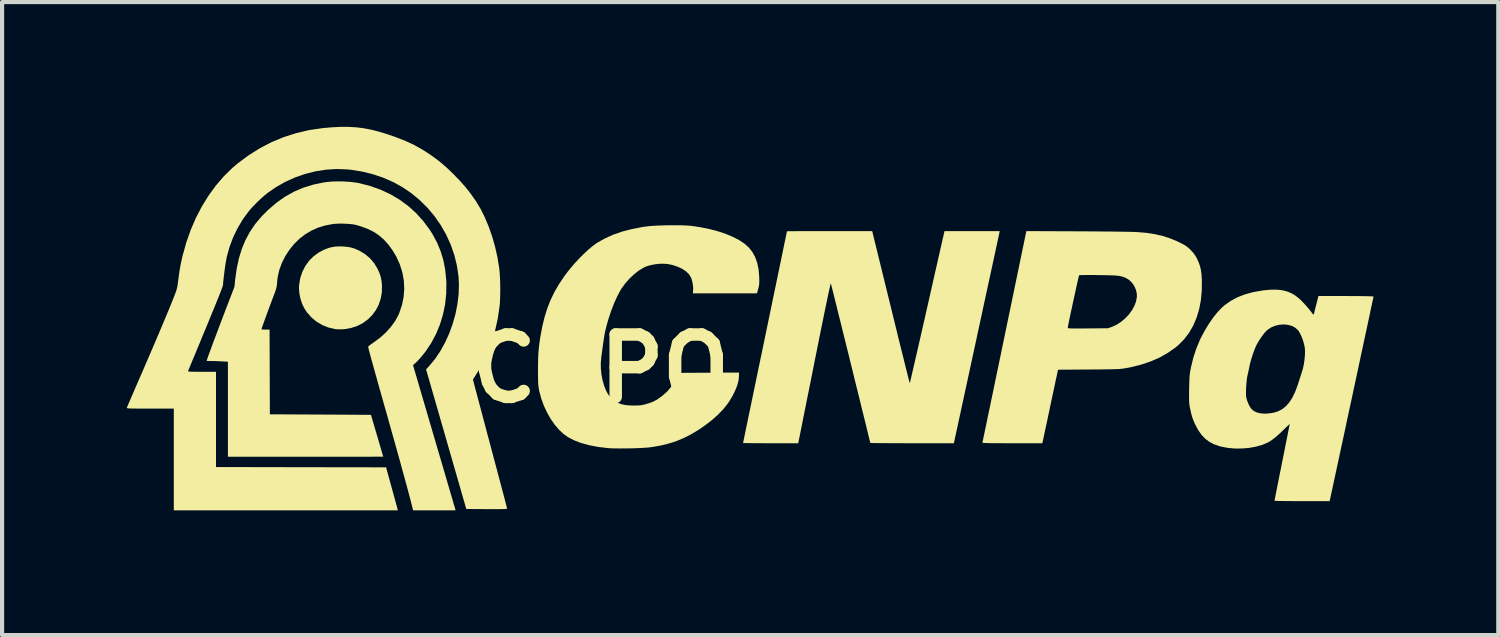
<source format=kicad_pcb>
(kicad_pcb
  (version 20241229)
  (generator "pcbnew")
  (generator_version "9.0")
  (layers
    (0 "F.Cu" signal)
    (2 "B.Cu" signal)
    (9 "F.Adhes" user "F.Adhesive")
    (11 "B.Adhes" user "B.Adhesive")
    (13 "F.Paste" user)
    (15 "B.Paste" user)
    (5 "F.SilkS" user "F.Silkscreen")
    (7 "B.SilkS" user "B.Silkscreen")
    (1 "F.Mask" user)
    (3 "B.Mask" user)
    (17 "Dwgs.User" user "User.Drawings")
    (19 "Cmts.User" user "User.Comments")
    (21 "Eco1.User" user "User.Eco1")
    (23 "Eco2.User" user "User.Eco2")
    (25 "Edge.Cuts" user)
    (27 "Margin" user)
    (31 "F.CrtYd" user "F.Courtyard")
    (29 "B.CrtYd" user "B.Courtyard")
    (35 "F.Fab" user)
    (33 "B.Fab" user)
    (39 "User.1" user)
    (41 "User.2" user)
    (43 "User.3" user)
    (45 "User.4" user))
  (footprint "CNPQ"
    (layer "F.Cu")
    (at 14.987 4.615)
    (property "Reference" "CNPQ" (at -3.589 1.2 0) (layer "F.SilkS") (effects (font (size 1.5 1.5) (thickness 0.3))))
    (attr board_only exclude_from_pos_files exclude_from_bom)
    (fp_poly (pts (xy -9.805 -1.739) (xy -9.696 -1.731) (xy -9.603 -1.715) (xy -9.518 -1.69) (xy -9.429 -1.653) (xy -9.401 -1.64) (xy -9.264 -1.558) (xy -9.143 -1.457) (xy -9.041 -1.337) (xy -8.958 -1.201) (xy -8.954 -1.192) (xy -8.909 -1.091) (xy -8.879 -0.996) (xy -8.861 -0.896) (xy -8.852 -0.804) (xy -8.855 -0.642) (xy -8.881 -0.488) (xy -8.929 -0.344) (xy -8.997 -0.211) (xy -9.085 -0.091) (xy -9.19 0.014) (xy -9.31 0.102) (xy -9.445 0.172) (xy -9.593 0.221) (xy -9.751 0.249) (xy -9.794 0.252) (xy -9.858 0.254) (xy -9.923 0.252) (xy -9.978 0.248) (xy -9.986 0.246) (xy -10.144 0.209) (xy -10.292 0.149) (xy -10.429 0.067) (xy -10.551 -0.035) (xy -10.656 -0.155) (xy -10.725 -0.26) (xy -10.775 -0.367) (xy -10.814 -0.489) (xy -10.839 -0.615) (xy -10.848 -0.739) (xy -10.845 -0.813) (xy -10.817 -0.978) (xy -10.766 -1.131) (xy -10.694 -1.272) (xy -10.602 -1.398) (xy -10.491 -1.508) (xy -10.363 -1.6) (xy -10.218 -1.673) (xy -10.214 -1.674) (xy -10.1 -1.713) (xy -9.987 -1.735) (xy -9.864 -1.741)) (stroke (width 0) (type solid)) (fill yes) (layer "F.SilkS"))
    (fp_poly (pts (xy 7.846 -2.103) (xy 8.028 -2.103) (xy 8.206 -2.101) (xy 8.379 -2.1) (xy 8.545 -2.098) (xy 8.701 -2.097) (xy 8.845 -2.095) (xy 8.975 -2.093) (xy 9.087 -2.091) (xy 9.181 -2.089) (xy 9.252 -2.087) (xy 9.297 -2.085) (xy 9.517 -2.067) (xy 9.718 -2.037) (xy 9.904 -1.996) (xy 10.08 -1.94) (xy 10.251 -1.871) (xy 10.319 -1.838) (xy 10.392 -1.802) (xy 10.447 -1.771) (xy 10.491 -1.743) (xy 10.53 -1.713) (xy 10.57 -1.676) (xy 10.593 -1.653) (xy 10.652 -1.59) (xy 10.696 -1.532) (xy 10.734 -1.468) (xy 10.746 -1.444) (xy 10.786 -1.355) (xy 10.816 -1.27) (xy 10.838 -1.181) (xy 10.852 -1.083) (xy 10.86 -0.968) (xy 10.862 -0.922) (xy 10.86 -0.677) (xy 10.838 -0.444) (xy 10.796 -0.226) (xy 10.734 -0.022) (xy 10.653 0.167) (xy 10.552 0.34) (xy 10.433 0.496) (xy 10.296 0.634) (xy 10.224 0.694) (xy 10.041 0.822) (xy 9.844 0.932) (xy 9.631 1.026) (xy 9.401 1.103) (xy 9.152 1.165) (xy 9.037 1.187) (xy 9.002 1.193) (xy 8.968 1.198) (xy 8.932 1.202) (xy 8.892 1.206) (xy 8.846 1.209) (xy 8.791 1.211) (xy 8.724 1.213) (xy 8.643 1.215) (xy 8.547 1.216) (xy 8.431 1.218) (xy 8.294 1.219) (xy 8.142 1.22) (xy 7.404 1.225) (xy 7.397 1.253) (xy 7.393 1.271) (xy 7.385 1.311) (xy 7.372 1.373) (xy 7.354 1.453) (xy 7.334 1.551) (xy 7.31 1.662) (xy 7.284 1.786) (xy 7.255 1.919) (xy 7.225 2.061) (xy 7.215 2.108) (xy 7.185 2.251) (xy 7.156 2.388) (xy 7.129 2.515) (xy 7.104 2.631) (xy 7.082 2.733) (xy 7.064 2.819) (xy 7.05 2.887) (xy 7.039 2.935) (xy 7.034 2.961) (xy 7.033 2.964) (xy 7.026 2.993) (xy 6.303 2.993) (xy 6.142 2.993) (xy 6.005 2.992) (xy 5.891 2.992) (xy 5.798 2.991) (xy 5.724 2.989) (xy 5.668 2.988) (xy 5.627 2.986) (xy 5.601 2.983) (xy 5.588 2.98) (xy 5.585 2.977) (xy 5.588 2.962) (xy 5.597 2.924) (xy 5.61 2.862) (xy 5.627 2.779) (xy 5.649 2.675) (xy 5.675 2.552) (xy 5.704 2.41) (xy 5.737 2.252) (xy 5.774 2.078) (xy 5.813 1.889) (xy 5.855 1.687) (xy 5.899 1.473) (xy 5.946 1.249) (xy 5.995 1.014) (xy 6.045 0.771) (xy 6.097 0.521) (xy 6.117 0.426) (xy 6.161 0.213) (xy 7.638 0.213) (xy 7.639 0.219) (xy 7.645 0.224) (xy 7.657 0.227) (xy 7.678 0.23) (xy 7.711 0.232) (xy 7.758 0.233) (xy 7.821 0.234) (xy 7.903 0.233) (xy 8.006 0.233) (xy 8.123 0.232) (xy 8.608 0.228) (xy 8.704 0.193) (xy 8.816 0.141) (xy 8.922 0.072) (xy 9.02 -0.011) (xy 9.108 -0.104) (xy 9.182 -0.206) (xy 9.24 -0.311) (xy 9.28 -0.418) (xy 9.299 -0.523) (xy 9.299 -0.596) (xy 9.279 -0.692) (xy 9.239 -0.784) (xy 9.183 -0.866) (xy 9.114 -0.933) (xy 9.057 -0.969) (xy 9.019 -0.988) (xy 8.983 -1.003) (xy 8.946 -1.015) (xy 8.906 -1.025) (xy 8.858 -1.033) (xy 8.8 -1.039) (xy 8.729 -1.043) (xy 8.642 -1.046) (xy 8.536 -1.048) (xy 8.407 -1.05) (xy 8.382 -1.05) (xy 8.275 -1.052) (xy 8.176 -1.052) (xy 8.088 -1.052) (xy 8.015 -1.051) (xy 7.959 -1.05) (xy 7.923 -1.048) (xy 7.911 -1.046) (xy 7.907 -1.031) (xy 7.897 -0.994) (xy 7.884 -0.938) (xy 7.867 -0.865) (xy 7.848 -0.779) (xy 7.827 -0.683) (xy 7.804 -0.578) (xy 7.78 -0.47) (xy 7.756 -0.36) (xy 7.733 -0.251) (xy 7.71 -0.147) (xy 7.69 -0.051) (xy 7.672 0.035) (xy 7.657 0.108) (xy 7.646 0.164) (xy 7.64 0.2) (xy 7.638 0.213) (xy 6.161 0.213) (xy 6.642 -2.108)) (stroke (width 0) (type solid)) (fill yes) (layer "F.SilkS"))
    (fp_poly (pts (xy 3.384 -0.28) (xy 3.436 -0.067) (xy 3.487 0.139) (xy 3.535 0.336) (xy 3.581 0.524) (xy 3.625 0.7) (xy 3.666 0.864) (xy 3.703 1.013) (xy 3.736 1.147) (xy 3.766 1.265) (xy 3.79 1.364) (xy 3.811 1.443) (xy 3.825 1.501) (xy 3.835 1.537) (xy 3.839 1.548) (xy 3.842 1.536) (xy 3.851 1.5) (xy 3.865 1.441) (xy 3.884 1.361) (xy 3.907 1.261) (xy 3.934 1.144) (xy 3.965 1.01) (xy 3.999 0.861) (xy 4.037 0.698) (xy 4.077 0.523) (xy 4.119 0.337) (xy 4.164 0.142) (xy 4.21 -0.061) (xy 4.233 -0.166) (xy 4.281 -0.375) (xy 4.327 -0.578) (xy 4.371 -0.774) (xy 4.413 -0.961) (xy 4.453 -1.138) (xy 4.491 -1.303) (xy 4.525 -1.454) (xy 4.556 -1.59) (xy 4.583 -1.709) (xy 4.606 -1.81) (xy 4.624 -1.891) (xy 4.638 -1.95) (xy 4.646 -1.986) (xy 4.648 -1.994) (xy 4.674 -2.108) (xy 5.338 -2.108) (xy 6.002 -2.108) (xy 5.996 -2.079) (xy 5.993 -2.063) (xy 5.984 -2.024) (xy 5.971 -1.961) (xy 5.952 -1.877) (xy 5.93 -1.772) (xy 5.903 -1.647) (xy 5.872 -1.505) (xy 5.838 -1.346) (xy 5.8 -1.171) (xy 5.759 -0.982) (xy 5.715 -0.78) (xy 5.669 -0.566) (xy 5.62 -0.341) (xy 5.57 -0.106) (xy 5.517 0.136) (xy 5.463 0.386) (xy 5.445 0.472) (xy 4.899 2.993) (xy 3.894 2.993) (xy 3.735 2.993) (xy 3.583 2.992) (xy 3.442 2.992) (xy 3.312 2.991) (xy 3.195 2.991) (xy 3.095 2.99) (xy 3.012 2.989) (xy 2.949 2.988) (xy 2.907 2.986) (xy 2.889 2.985) (xy 2.889 2.985) (xy 2.886 2.971) (xy 2.877 2.934) (xy 2.862 2.874) (xy 2.843 2.795) (xy 2.819 2.697) (xy 2.791 2.582) (xy 2.759 2.451) (xy 2.724 2.308) (xy 2.685 2.153) (xy 2.645 1.987) (xy 2.602 1.813) (xy 2.557 1.633) (xy 2.511 1.447) (xy 2.465 1.258) (xy 2.418 1.067) (xy 2.371 0.876) (xy 2.324 0.687) (xy 2.278 0.502) (xy 2.233 0.321) (xy 2.19 0.147) (xy 2.149 -0.018) (xy 2.11 -0.174) (xy 2.075 -0.317) (xy 2.042 -0.448) (xy 2.014 -0.563) (xy 1.989 -0.661) (xy 1.969 -0.74) (xy 1.954 -0.8) (xy 1.945 -0.837) (xy 1.941 -0.851) (xy 1.937 -0.842) (xy 1.928 -0.808) (xy 1.914 -0.749) (xy 1.896 -0.666) (xy 1.872 -0.557) (xy 1.845 -0.425) (xy 1.812 -0.269) (xy 1.775 -0.089) (xy 1.734 0.114) (xy 1.688 0.339) (xy 1.638 0.588) (xy 1.584 0.859) (xy 1.556 0.996) (xy 1.513 1.214) (xy 1.471 1.425) (xy 1.43 1.629) (xy 1.391 1.823) (xy 1.354 2.007) (xy 1.32 2.178) (xy 1.288 2.335) (xy 1.26 2.478) (xy 1.235 2.604) (xy 1.213 2.711) (xy 1.196 2.799) (xy 1.182 2.866) (xy 1.173 2.91) (xy 1.169 2.931) (xy 1.169 2.931) (xy 1.156 2.993) (xy 0.493 2.993) (xy 0.365 2.993) (xy 0.244 2.992) (xy 0.135 2.992) (xy 0.038 2.991) (xy -0.043 2.99) (xy -0.106 2.989) (xy -0.148 2.988) (xy -0.168 2.987) (xy -0.169 2.986) (xy -0.167 2.973) (xy -0.159 2.936) (xy -0.147 2.875) (xy -0.13 2.793) (xy -0.109 2.691) (xy -0.084 2.57) (xy -0.055 2.431) (xy -0.023 2.276) (xy 0.013 2.105) (xy 0.051 1.921) (xy 0.092 1.724) (xy 0.135 1.516) (xy 0.18 1.298) (xy 0.227 1.072) (xy 0.276 0.838) (xy 0.294 0.751) (xy 0.36 0.433) (xy 0.421 0.139) (xy 0.477 -0.131) (xy 0.528 -0.379) (xy 0.575 -0.605) (xy 0.618 -0.81) (xy 0.656 -0.996) (xy 0.691 -1.164) (xy 0.722 -1.313) (xy 0.75 -1.446) (xy 0.774 -1.563) (xy 0.795 -1.666) (xy 0.814 -1.755) (xy 0.829 -1.831) (xy 0.843 -1.895) (xy 0.854 -1.948) (xy 0.863 -1.992) (xy 0.87 -2.027) (xy 0.875 -2.053) (xy 0.879 -2.073) (xy 0.882 -2.087) (xy 0.884 -2.096) (xy 0.885 -2.101) (xy 0.885 -2.103) (xy 0.885 -2.103) (xy 0.898 -2.104) (xy 0.934 -2.105) (xy 0.993 -2.105) (xy 1.072 -2.106) (xy 1.169 -2.107) (xy 1.283 -2.107) (xy 1.41 -2.107) (xy 1.55 -2.108) (xy 1.7 -2.108) (xy 1.859 -2.108) (xy 1.91 -2.108) (xy 2.935 -2.108)) (stroke (width 0) (type solid)) (fill yes) (layer "F.SilkS"))
    (fp_poly (pts (xy -1.676 -2.248) (xy -1.563 -2.244) (xy -1.466 -2.238) (xy -1.405 -2.233) (xy -1.183 -2.199) (xy -0.97 -2.155) (xy -0.769 -2.102) (xy -0.582 -2.039) (xy -0.414 -1.969) (xy -0.265 -1.892) (xy -0.139 -1.809) (xy -0.139 -1.809) (xy -0.033 -1.715) (xy 0.053 -1.607) (xy 0.121 -1.484) (xy 0.171 -1.344) (xy 0.203 -1.187) (xy 0.218 -1.018) (xy 0.22 -0.941) (xy 0.221 -0.883) (xy 0.218 -0.837) (xy 0.213 -0.796) (xy 0.203 -0.753) (xy 0.195 -0.722) (xy 0.165 -0.612) (xy -0.606 -0.612) (xy -1.378 -0.612) (xy -1.371 -0.674) (xy -1.369 -0.737) (xy -1.376 -0.814) (xy -1.39 -0.893) (xy -1.41 -0.962) (xy -1.419 -0.988) (xy -1.468 -1.068) (xy -1.54 -1.139) (xy -1.633 -1.201) (xy -1.744 -1.253) (xy -1.872 -1.294) (xy -1.972 -1.315) (xy -2.073 -1.324) (xy -2.186 -1.322) (xy -2.302 -1.308) (xy -2.413 -1.285) (xy -2.512 -1.253) (xy -2.56 -1.23) (xy -2.677 -1.159) (xy -2.794 -1.067) (xy -2.906 -0.96) (xy -3.008 -0.844) (xy -3.095 -0.724) (xy -3.115 -0.691) (xy -3.195 -0.541) (xy -3.272 -0.37) (xy -3.344 -0.184) (xy -3.409 0.015) (xy -3.455 0.176) (xy -3.47 0.237) (xy -3.483 0.292) (xy -3.494 0.343) (xy -3.504 0.397) (xy -3.514 0.458) (xy -3.525 0.533) (xy -3.538 0.625) (xy -3.546 0.683) (xy -3.556 0.755) (xy -3.565 0.827) (xy -3.574 0.889) (xy -3.579 0.926) (xy -3.591 1.061) (xy -3.589 1.2) (xy -3.575 1.339) (xy -3.549 1.474) (xy -3.513 1.602) (xy -3.469 1.717) (xy -3.415 1.816) (xy -3.355 1.894) (xy -3.34 1.909) (xy -3.263 1.973) (xy -3.181 2.021) (xy -3.091 2.055) (xy -2.987 2.076) (xy -2.865 2.085) (xy -2.798 2.086) (xy -2.721 2.085) (xy -2.662 2.083) (xy -2.612 2.077) (xy -2.562 2.067) (xy -2.504 2.052) (xy -2.479 2.044) (xy -2.395 2.018) (xy -2.324 1.989) (xy -2.257 1.954) (xy -2.187 1.908) (xy -2.108 1.849) (xy -2.094 1.838) (xy -1.987 1.742) (xy -1.9 1.637) (xy -1.833 1.528) (xy -1.79 1.416) (xy -1.781 1.378) (xy -1.766 1.301) (xy -1.228 1.298) (xy -1.102 1.297) (xy -0.975 1.297) (xy -0.852 1.296) (xy -0.738 1.296) (xy -0.635 1.295) (xy -0.55 1.295) (xy -0.485 1.295) (xy -0.478 1.295) (xy -0.267 1.295) (xy -0.269 1.392) (xy -0.28 1.487) (xy -0.308 1.595) (xy -0.353 1.712) (xy -0.412 1.834) (xy -0.483 1.956) (xy -0.544 2.048) (xy -0.65 2.179) (xy -0.778 2.311) (xy -0.923 2.44) (xy -1.083 2.563) (xy -1.252 2.678) (xy -1.427 2.782) (xy -1.603 2.871) (xy -1.777 2.943) (xy -1.841 2.965) (xy -1.992 3.01) (xy -2.148 3.047) (xy -2.317 3.077) (xy -2.407 3.091) (xy -2.471 3.097) (xy -2.556 3.103) (xy -2.657 3.108) (xy -2.77 3.113) (xy -2.888 3.116) (xy -3.008 3.117) (xy -3.124 3.118) (xy -3.231 3.117) (xy -3.325 3.115) (xy -3.4 3.111) (xy -3.416 3.11) (xy -3.657 3.081) (xy -3.876 3.039) (xy -4.073 2.984) (xy -4.247 2.916) (xy -4.376 2.848) (xy -4.489 2.768) (xy -4.598 2.665) (xy -4.702 2.543) (xy -4.798 2.404) (xy -4.885 2.251) (xy -4.96 2.089) (xy -5.022 1.92) (xy -5.069 1.746) (xy -5.075 1.718) (xy -5.083 1.673) (xy -5.089 1.63) (xy -5.094 1.582) (xy -5.097 1.525) (xy -5.099 1.457) (xy -5.1 1.371) (xy -5.101 1.264) (xy -5.101 1.247) (xy -5.1 1.101) (xy -5.098 0.975) (xy -5.093 0.863) (xy -5.086 0.761) (xy -5.076 0.661) (xy -5.063 0.559) (xy -5.046 0.449) (xy -5.042 0.42) (xy -4.995 0.175) (xy -4.94 -0.049) (xy -4.875 -0.258) (xy -4.797 -0.454) (xy -4.705 -0.644) (xy -4.597 -0.83) (xy -4.471 -1.018) (xy -4.407 -1.105) (xy -4.315 -1.221) (xy -4.214 -1.338) (xy -4.107 -1.453) (xy -3.998 -1.562) (xy -3.891 -1.661) (xy -3.789 -1.747) (xy -3.696 -1.815) (xy -3.676 -1.828) (xy -3.492 -1.932) (xy -3.292 -2.022) (xy -3.073 -2.098) (xy -2.836 -2.159) (xy -2.577 -2.208) (xy -2.498 -2.219) (xy -2.414 -2.229) (xy -2.311 -2.236) (xy -2.192 -2.242) (xy -2.064 -2.246) (xy -1.932 -2.249) (xy -1.801 -2.249)) (stroke (width 0) (type solid)) (fill yes) (layer "F.SilkS"))
    (fp_poly (pts (xy -9.777 -3.302) (xy -9.63 -3.293) (xy -9.493 -3.277) (xy -9.401 -3.261) (xy -9.135 -3.192) (xy -8.883 -3.103) (xy -8.646 -2.992) (xy -8.425 -2.861) (xy -8.22 -2.71) (xy -8.031 -2.54) (xy -7.859 -2.349) (xy -7.704 -2.14) (xy -7.632 -2.026) (xy -7.524 -1.824) (xy -7.439 -1.616) (xy -7.374 -1.4) (xy -7.331 -1.172) (xy -7.307 -0.929) (xy -7.304 -0.85) (xy -7.308 -0.595) (xy -7.335 -0.344) (xy -7.386 -0.098) (xy -7.459 0.14) (xy -7.554 0.369) (xy -7.669 0.585) (xy -7.804 0.787) (xy -7.915 0.924) (xy -7.959 0.974) (xy -8.003 1.02) (xy -8.04 1.057) (xy -8.059 1.074) (xy -8.106 1.113) (xy -7.614 2.791) (xy -7.554 2.995) (xy -7.496 3.193) (xy -7.44 3.383) (xy -7.387 3.564) (xy -7.337 3.735) (xy -7.291 3.893) (xy -7.248 4.038) (xy -7.21 4.167) (xy -7.177 4.28) (xy -7.149 4.374) (xy -7.128 4.449) (xy -7.112 4.502) (xy -7.103 4.532) (xy -7.101 4.538) (xy -7.082 4.606) (xy -7.593 4.606) (xy -8.104 4.606) (xy -8.119 4.545) (xy -8.142 4.454) (xy -8.171 4.34) (xy -8.207 4.204) (xy -8.249 4.047) (xy -8.297 3.871) (xy -8.35 3.677) (xy -8.408 3.466) (xy -8.471 3.24) (xy -8.538 3) (xy -8.609 2.747) (xy -8.683 2.484) (xy -8.759 2.211) (xy -8.769 2.18) (xy -8.835 1.945) (xy -8.895 1.733) (xy -8.948 1.545) (xy -8.994 1.379) (xy -9.035 1.233) (xy -9.07 1.107) (xy -9.1 0.999) (xy -9.125 0.909) (xy -9.145 0.834) (xy -9.16 0.776) (xy -9.172 0.731) (xy -9.179 0.699) (xy -9.183 0.679) (xy -9.184 0.67) (xy -9.184 0.67) (xy -9.172 0.657) (xy -9.143 0.633) (xy -9.1 0.602) (xy -9.048 0.566) (xy -9.037 0.558) (xy -8.889 0.448) (xy -8.753 0.324) (xy -8.634 0.19) (xy -8.533 0.05) (xy -8.455 -0.094) (xy -8.437 -0.137) (xy -8.371 -0.331) (xy -8.331 -0.527) (xy -8.317 -0.725) (xy -8.327 -0.922) (xy -8.363 -1.117) (xy -8.423 -1.309) (xy -8.508 -1.495) (xy -8.6 -1.649) (xy -8.701 -1.787) (xy -8.808 -1.905) (xy -8.923 -2.005) (xy -9.05 -2.09) (xy -9.194 -2.161) (xy -9.356 -2.221) (xy -9.479 -2.258) (xy -9.538 -2.269) (xy -9.615 -2.278) (xy -9.704 -2.284) (xy -9.798 -2.288) (xy -9.891 -2.288) (xy -9.974 -2.284) (xy -10.034 -2.278) (xy -10.219 -2.243) (xy -10.387 -2.192) (xy -10.544 -2.122) (xy -10.694 -2.034) (xy -10.834 -1.927) (xy -10.963 -1.8) (xy -11.078 -1.658) (xy -11.178 -1.505) (xy -11.259 -1.343) (xy -11.32 -1.176) (xy -11.36 -1.008) (xy -11.372 -0.898) (xy -11.376 -0.844) (xy -11.381 -0.799) (xy -11.388 -0.758) (xy -11.399 -0.715) (xy -11.415 -0.666) (xy -11.438 -0.603) (xy -11.469 -0.521) (xy -11.469 -0.52) (xy -11.498 -0.444) (xy -11.53 -0.358) (xy -11.564 -0.267) (xy -11.598 -0.175) (xy -11.632 -0.083) (xy -11.663 0.004) (xy -11.692 0.082) (xy -11.716 0.15) (xy -11.735 0.203) (xy -11.746 0.238) (xy -11.75 0.252) (xy -11.738 0.256) (xy -11.707 0.259) (xy -11.662 0.26) (xy -11.653 0.26) (xy -11.555 0.26) (xy -11.552 1.278) (xy -11.548 2.297) (xy -10.333 2.303) (xy -9.117 2.31) (xy -8.97 2.811) (xy -8.938 2.92) (xy -8.908 3.021) (xy -8.882 3.112) (xy -8.859 3.189) (xy -8.842 3.25) (xy -8.829 3.292) (xy -8.823 3.313) (xy -8.823 3.315) (xy -8.835 3.315) (xy -8.873 3.316) (xy -8.933 3.316) (xy -9.015 3.316) (xy -9.118 3.317) (xy -9.239 3.317) (xy -9.377 3.317) (xy -9.531 3.317) (xy -9.7 3.318) (xy -9.881 3.318) (xy -10.074 3.318) (xy -10.277 3.318) (xy -10.489 3.318) (xy -10.69 3.318) (xy -12.557 3.318) (xy -12.557 2.175) (xy -12.557 1.032) (xy -12.723 1.024) (xy -12.796 1.02) (xy -12.87 1.017) (xy -12.935 1.016) (xy -12.978 1.015) (xy -13.067 1.015) (xy -13.058 0.98) (xy -13.051 0.956) (xy -13.035 0.91) (xy -13.011 0.844) (xy -12.98 0.761) (xy -12.944 0.662) (xy -12.903 0.551) (xy -12.857 0.43) (xy -12.808 0.3) (xy -12.757 0.164) (xy -12.704 0.025) (xy -12.65 -0.116) (xy -12.597 -0.256) (xy -12.585 -0.288) (xy -12.401 -0.764) (xy -12.381 -0.952) (xy -12.344 -1.214) (xy -12.291 -1.457) (xy -12.222 -1.682) (xy -12.135 -1.892) (xy -12.029 -2.089) (xy -11.903 -2.274) (xy -11.756 -2.451) (xy -11.586 -2.621) (xy -11.393 -2.787) (xy -11.379 -2.798) (xy -11.181 -2.937) (xy -10.969 -3.056) (xy -10.743 -3.152) (xy -10.504 -3.226) (xy -10.252 -3.278) (xy -10.195 -3.286) (xy -10.068 -3.299) (xy -9.925 -3.304)) (stroke (width 0) (type solid)) (fill yes) (layer "F.SilkS"))
    (fp_poly (pts (xy 12.789 -0.687) (xy 12.905 -0.659) (xy 13.012 -0.616) (xy 13.113 -0.556) (xy 13.195 -0.491) (xy 13.249 -0.441) (xy 13.312 -0.376) (xy 13.378 -0.304) (xy 13.44 -0.23) (xy 13.493 -0.163) (xy 13.511 -0.138) (xy 13.533 -0.112) (xy 13.551 -0.105) (xy 13.559 -0.116) (xy 13.559 -0.119) (xy 13.562 -0.137) (xy 13.571 -0.174) (xy 13.584 -0.228) (xy 13.6 -0.293) (xy 13.613 -0.341) (xy 13.666 -0.547) (xy 14.328 -0.547) (xy 14.457 -0.546) (xy 14.577 -0.546) (xy 14.687 -0.545) (xy 14.783 -0.544) (xy 14.864 -0.542) (xy 14.927 -0.54) (xy 14.969 -0.538) (xy 14.989 -0.536) (xy 14.99 -0.536) (xy 14.987 -0.522) (xy 14.98 -0.485) (xy 14.967 -0.425) (xy 14.95 -0.345) (xy 14.928 -0.244) (xy 14.903 -0.126) (xy 14.875 0.008) (xy 14.843 0.158) (xy 14.808 0.32) (xy 14.77 0.495) (xy 14.731 0.68) (xy 14.689 0.874) (xy 14.646 1.076) (xy 14.602 1.283) (xy 14.556 1.495) (xy 14.51 1.71) (xy 14.464 1.926) (xy 14.417 2.142) (xy 14.371 2.356) (xy 14.326 2.567) (xy 14.282 2.774) (xy 14.239 2.974) (xy 14.197 3.167) (xy 14.158 3.351) (xy 14.12 3.524) (xy 14.086 3.685) (xy 14.054 3.833) (xy 14.025 3.965) (xy 14.001 4.08) (xy 13.979 4.178) (xy 13.963 4.256) (xy 13.95 4.312) (xy 13.943 4.346) (xy 13.941 4.356) (xy 13.933 4.385) (xy 13.271 4.385) (xy 13.143 4.385) (xy 13.022 4.384) (xy 12.913 4.384) (xy 12.816 4.382) (xy 12.735 4.381) (xy 12.672 4.38) (xy 12.63 4.378) (xy 12.61 4.376) (xy 12.609 4.375) (xy 12.611 4.361) (xy 12.619 4.324) (xy 12.63 4.265) (xy 12.646 4.187) (xy 12.664 4.091) (xy 12.686 3.98) (xy 12.711 3.856) (xy 12.738 3.721) (xy 12.767 3.576) (xy 12.791 3.455) (xy 12.821 3.305) (xy 12.85 3.162) (xy 12.876 3.029) (xy 12.9 2.907) (xy 12.922 2.799) (xy 12.94 2.706) (xy 12.955 2.631) (xy 12.965 2.576) (xy 12.972 2.543) (xy 12.973 2.533) (xy 12.965 2.538) (xy 12.941 2.559) (xy 12.906 2.593) (xy 12.861 2.636) (xy 12.833 2.664) (xy 12.74 2.754) (xy 12.648 2.835) (xy 12.562 2.903) (xy 12.485 2.955) (xy 12.446 2.977) (xy 12.312 3.033) (xy 12.161 3.075) (xy 11.998 3.105) (xy 11.828 3.119) (xy 11.656 3.12) (xy 11.489 3.105) (xy 11.33 3.075) (xy 11.284 3.063) (xy 11.153 3.017) (xy 11.04 2.957) (xy 10.941 2.883) (xy 10.854 2.79) (xy 10.774 2.677) (xy 10.703 2.544) (xy 10.664 2.457) (xy 10.632 2.37) (xy 10.605 2.274) (xy 10.58 2.161) (xy 10.579 2.157) (xy 10.57 2.111) (xy 10.563 2.07) (xy 10.559 2.029) (xy 10.556 1.983) (xy 10.554 1.928) (xy 10.554 1.86) (xy 10.555 1.802) (xy 11.923 1.802) (xy 11.926 1.863) (xy 11.929 1.887) (xy 11.951 1.969) (xy 11.984 2.052) (xy 12.023 2.126) (xy 12.044 2.156) (xy 12.102 2.211) (xy 12.178 2.25) (xy 12.272 2.274) (xy 12.38 2.282) (xy 12.5 2.273) (xy 12.593 2.257) (xy 12.701 2.223) (xy 12.798 2.171) (xy 12.886 2.1) (xy 12.966 2.009) (xy 13.038 1.896) (xy 13.104 1.761) (xy 13.164 1.601) (xy 13.183 1.542) (xy 13.207 1.467) (xy 13.232 1.389) (xy 13.256 1.317) (xy 13.273 1.262) (xy 13.297 1.177) (xy 13.317 1.079) (xy 13.331 0.975) (xy 13.34 0.874) (xy 13.343 0.781) (xy 13.338 0.706) (xy 13.338 0.704) (xy 13.319 0.607) (xy 13.29 0.508) (xy 13.254 0.415) (xy 13.214 0.335) (xy 13.172 0.273) (xy 13.168 0.268) (xy 13.1 0.21) (xy 13.017 0.168) (xy 12.923 0.144) (xy 12.822 0.136) (xy 12.719 0.145) (xy 12.617 0.17) (xy 12.522 0.211) (xy 12.437 0.269) (xy 12.41 0.294) (xy 12.366 0.342) (xy 12.317 0.407) (xy 12.266 0.48) (xy 12.218 0.555) (xy 12.179 0.624) (xy 12.176 0.631) (xy 12.139 0.714) (xy 12.101 0.814) (xy 12.065 0.921) (xy 12.034 1.026) (xy 12.011 1.119) (xy 12.01 1.129) (xy 11.996 1.195) (xy 11.982 1.261) (xy 11.97 1.316) (xy 11.964 1.34) (xy 11.952 1.397) (xy 11.942 1.47) (xy 11.934 1.554) (xy 11.927 1.641) (xy 11.924 1.726) (xy 11.923 1.802) (xy 10.555 1.802) (xy 10.555 1.774) (xy 10.556 1.682) (xy 10.559 1.577) (xy 10.561 1.493) (xy 10.564 1.426) (xy 10.568 1.369) (xy 10.573 1.319) (xy 10.581 1.27) (xy 10.59 1.217) (xy 10.603 1.156) (xy 10.604 1.152) (xy 10.658 0.931) (xy 10.725 0.726) (xy 10.806 0.528) (xy 10.847 0.443) (xy 10.938 0.273) (xy 11.035 0.114) (xy 11.136 -0.031) (xy 11.238 -0.158) (xy 11.34 -0.265) (xy 11.408 -0.325) (xy 11.556 -0.43) (xy 11.72 -0.518) (xy 11.901 -0.588) (xy 12.101 -0.642) (xy 12.32 -0.68) (xy 12.349 -0.684) (xy 12.514 -0.699) (xy 12.659 -0.7)) (stroke (width 0) (type solid)) (fill yes) (layer "F.SilkS"))
    (fp_poly (pts (xy -9.647 -4.614) (xy -9.465 -4.603) (xy -9.286 -4.58) (xy -9.105 -4.545) (xy -8.917 -4.497) (xy -8.718 -4.436) (xy -8.512 -4.364) (xy -8.284 -4.274) (xy -8.075 -4.177) (xy -7.881 -4.068) (xy -7.758 -3.99) (xy -7.622 -3.897) (xy -7.5 -3.806) (xy -7.386 -3.713) (xy -7.271 -3.611) (xy -7.15 -3.494) (xy -7.124 -3.468) (xy -6.971 -3.31) (xy -6.837 -3.157) (xy -6.714 -3.001) (xy -6.598 -2.835) (xy -6.595 -2.83) (xy -6.482 -2.644) (xy -6.379 -2.437) (xy -6.285 -2.213) (xy -6.202 -1.975) (xy -6.132 -1.728) (xy -6.075 -1.475) (xy -6.034 -1.221) (xy -6.03 -1.185) (xy -6.021 -1.092) (xy -6.014 -0.981) (xy -6.01 -0.859) (xy -6.008 -0.731) (xy -6.009 -0.604) (xy -6.012 -0.486) (xy -6.017 -0.381) (xy -6.023 -0.312) (xy -6.068 -0.007) (xy -6.133 0.288) (xy -6.218 0.57) (xy -6.32 0.838) (xy -6.441 1.091) (xy -6.579 1.325) (xy -6.58 1.327) (xy -6.665 1.458) (xy -6.65 1.519) (xy -6.645 1.54) (xy -6.633 1.584) (xy -6.616 1.649) (xy -6.593 1.735) (xy -6.565 1.84) (xy -6.533 1.962) (xy -6.496 2.099) (xy -6.456 2.249) (xy -6.413 2.412) (xy -6.367 2.585) (xy -6.319 2.767) (xy -6.268 2.956) (xy -6.239 3.068) (xy -6.188 3.259) (xy -6.139 3.444) (xy -6.092 3.62) (xy -6.048 3.786) (xy -6.007 3.94) (xy -5.97 4.081) (xy -5.936 4.207) (xy -5.907 4.317) (xy -5.883 4.409) (xy -5.864 4.481) (xy -5.851 4.533) (xy -5.844 4.562) (xy -5.843 4.568) (xy -5.855 4.571) (xy -5.894 4.574) (xy -5.957 4.576) (xy -6.043 4.577) (xy -6.154 4.578) (xy -6.287 4.578) (xy -6.334 4.577) (xy -6.825 4.574) (xy -7.308 2.896) (xy -7.792 1.217) (xy -7.72 1.14) (xy -7.578 0.969) (xy -7.45 0.779) (xy -7.335 0.572) (xy -7.235 0.352) (xy -7.152 0.122) (xy -7.085 -0.114) (xy -7.038 -0.353) (xy -7.009 -0.591) (xy -7.002 -0.826) (xy -7.012 -1.021) (xy -7.051 -1.282) (xy -7.114 -1.538) (xy -7.201 -1.787) (xy -7.31 -2.026) (xy -7.441 -2.255) (xy -7.592 -2.471) (xy -7.762 -2.673) (xy -7.951 -2.859) (xy -8.156 -3.027) (xy -8.367 -3.169) (xy -8.589 -3.291) (xy -8.827 -3.394) (xy -9.078 -3.478) (xy -9.337 -3.541) (xy -9.602 -3.583) (xy -9.694 -3.592) (xy -9.946 -3.601) (xy -10.201 -3.585) (xy -10.454 -3.545) (xy -10.705 -3.481) (xy -10.95 -3.395) (xy -11.186 -3.288) (xy -11.411 -3.159) (xy -11.597 -3.03) (xy -11.678 -2.964) (xy -11.769 -2.884) (xy -11.861 -2.796) (xy -11.948 -2.707) (xy -12.024 -2.623) (xy -12.058 -2.583) (xy -12.2 -2.388) (xy -12.325 -2.177) (xy -12.433 -1.954) (xy -12.519 -1.724) (xy -12.583 -1.492) (xy -12.59 -1.457) (xy -12.601 -1.398) (xy -12.614 -1.324) (xy -12.626 -1.238) (xy -12.639 -1.148) (xy -12.65 -1.058) (xy -12.66 -0.974) (xy -12.668 -0.901) (xy -12.673 -0.844) (xy -12.674 -0.815) (xy -12.677 -0.802) (xy -12.685 -0.776) (xy -12.699 -0.736) (xy -12.719 -0.682) (xy -12.746 -0.613) (xy -12.78 -0.528) (xy -12.821 -0.425) (xy -12.87 -0.305) (xy -12.927 -0.166) (xy -12.992 -0.007) (xy -13.066 0.173) (xy -13.149 0.373) (xy -13.241 0.597) (xy -13.334 0.82) (xy -13.375 0.919) (xy -13.413 1.01) (xy -13.447 1.092) (xy -13.475 1.16) (xy -13.497 1.213) (xy -13.511 1.247) (xy -13.516 1.259) (xy -13.513 1.264) (xy -13.497 1.268) (xy -13.466 1.271) (xy -13.418 1.273) (xy -13.35 1.274) (xy -13.26 1.275) (xy -13.183 1.275) (xy -12.843 1.275) (xy -12.843 2.42) (xy -12.843 3.565) (xy -10.798 3.569) (xy -8.754 3.572) (xy -8.621 4.054) (xy -8.591 4.163) (xy -8.563 4.265) (xy -8.538 4.357) (xy -8.516 4.437) (xy -8.498 4.501) (xy -8.486 4.546) (xy -8.48 4.57) (xy -8.479 4.571) (xy -8.471 4.606) (xy -11.164 4.606) (xy -13.858 4.606) (xy -13.858 3.383) (xy -13.858 2.16) (xy -14.426 2.16) (xy -14.562 2.16) (xy -14.675 2.16) (xy -14.766 2.159) (xy -14.838 2.159) (xy -14.892 2.157) (xy -14.932 2.156) (xy -14.959 2.153) (xy -14.976 2.15) (xy -14.984 2.146) (xy -14.987 2.141) (xy -14.986 2.137) (xy -14.98 2.121) (xy -14.964 2.084) (xy -14.94 2.027) (xy -14.908 1.953) (xy -14.87 1.865) (xy -14.827 1.765) (xy -14.779 1.654) (xy -14.728 1.537) (xy -14.71 1.496) (xy -14.612 1.271) (xy -14.516 1.048) (xy -14.422 0.83) (xy -14.331 0.618) (xy -14.244 0.414) (xy -14.163 0.223) (xy -14.088 0.044) (xy -14.02 -0.118) (xy -13.96 -0.263) (xy -13.91 -0.387) (xy -13.888 -0.441) (xy -13.852 -0.531) (xy -13.825 -0.602) (xy -13.804 -0.658) (xy -13.789 -0.706) (xy -13.778 -0.749) (xy -13.769 -0.794) (xy -13.762 -0.844) (xy -13.754 -0.905) (xy -13.753 -0.909) (xy -13.735 -1.05) (xy -13.717 -1.172) (xy -13.697 -1.285) (xy -13.674 -1.397) (xy -13.647 -1.515) (xy -13.643 -1.529) (xy -13.555 -1.843) (xy -13.448 -2.145) (xy -13.323 -2.433) (xy -13.18 -2.707) (xy -13.02 -2.965) (xy -12.845 -3.205) (xy -12.655 -3.426) (xy -12.451 -3.626) (xy -12.309 -3.746) (xy -12.048 -3.938) (xy -11.778 -4.107) (xy -11.499 -4.251) (xy -11.21 -4.37) (xy -10.911 -4.465) (xy -10.604 -4.537) (xy -10.287 -4.583) (xy -10.265 -4.586) (xy -10.042 -4.605) (xy -9.838 -4.615)) (stroke (width 0) (type solid)) (fill yes) (layer "F.SilkS")))
  (gr_rect
    (start -3 -3)
    (end 32.977 12.221)
    (stroke (width 0.1) (type default))
    (fill no)
    (layer "Edge.Cuts")))
</source>
